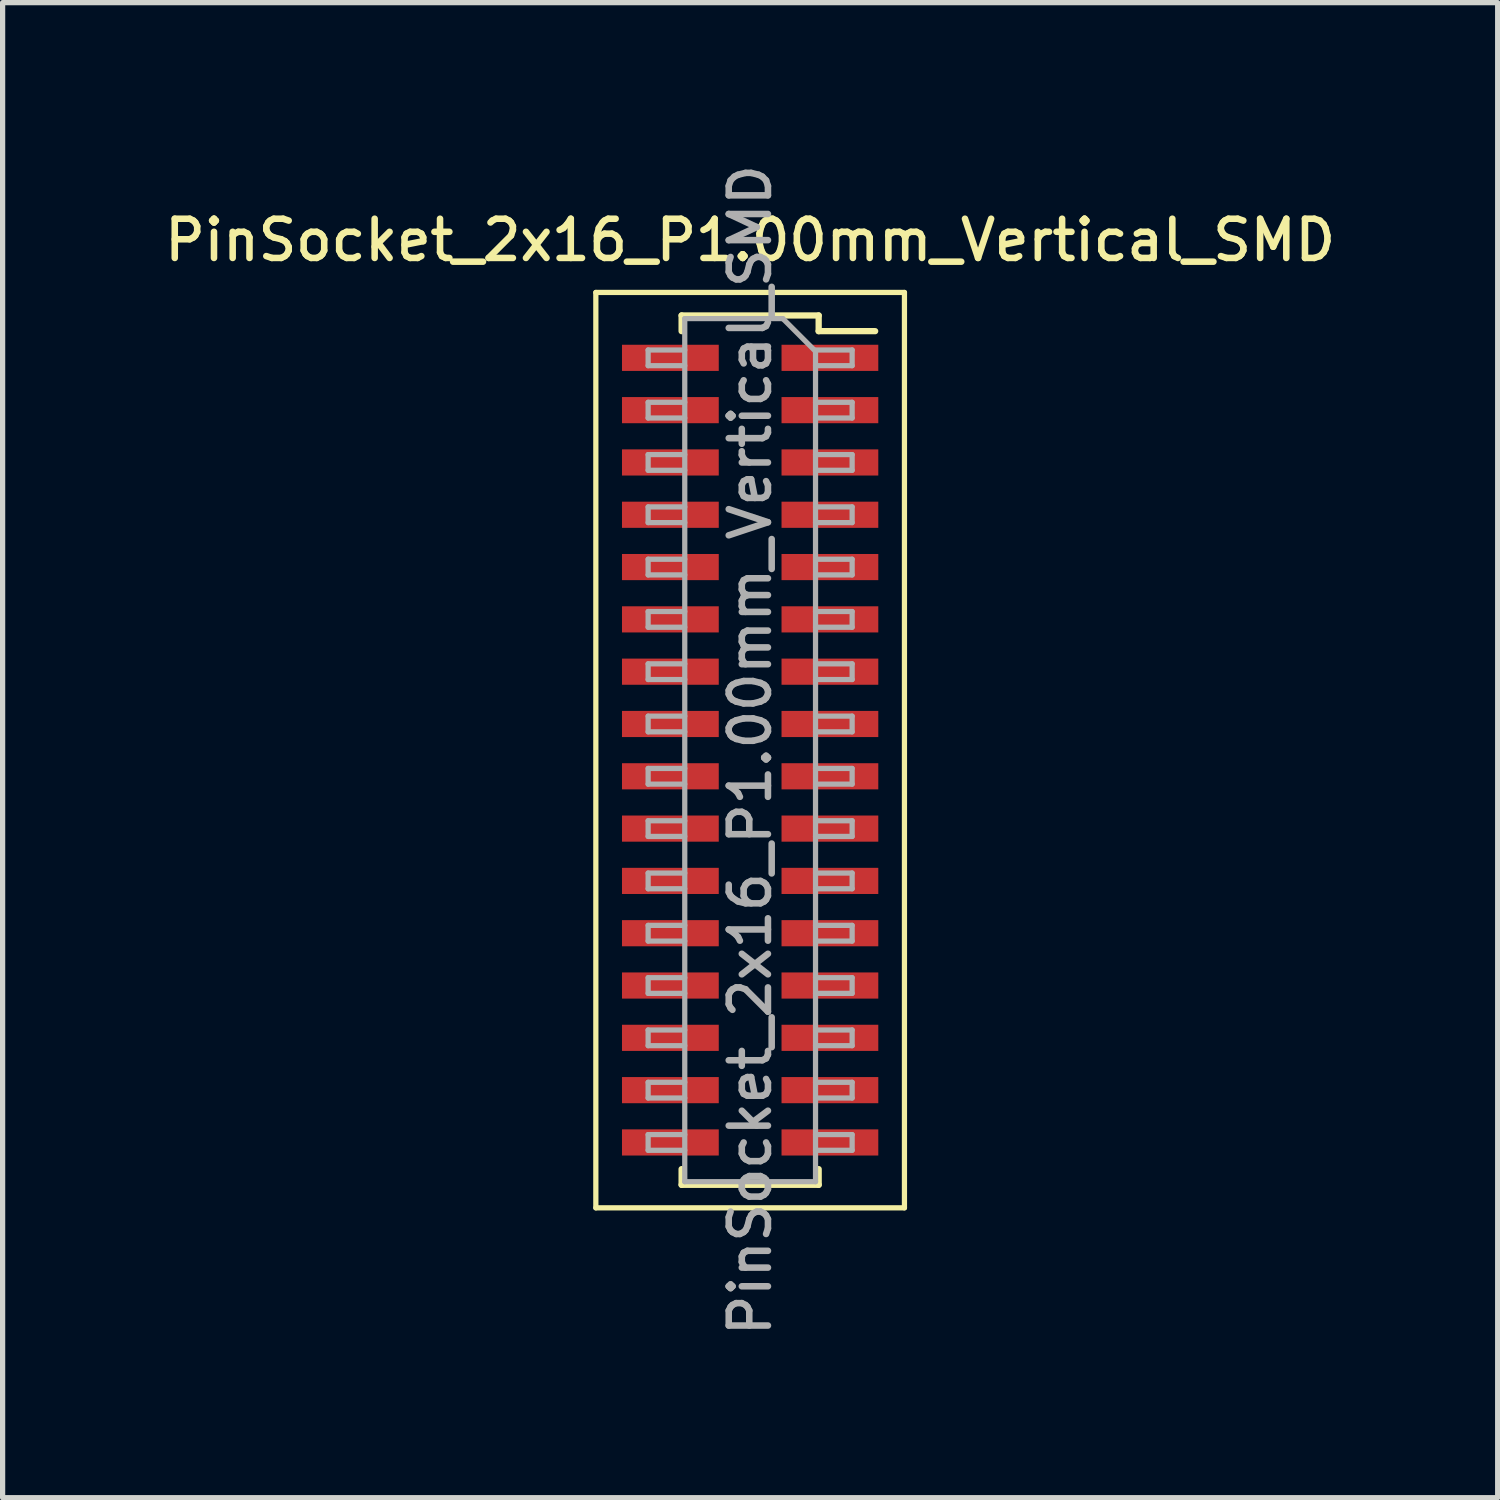
<source format=kicad_pcb>
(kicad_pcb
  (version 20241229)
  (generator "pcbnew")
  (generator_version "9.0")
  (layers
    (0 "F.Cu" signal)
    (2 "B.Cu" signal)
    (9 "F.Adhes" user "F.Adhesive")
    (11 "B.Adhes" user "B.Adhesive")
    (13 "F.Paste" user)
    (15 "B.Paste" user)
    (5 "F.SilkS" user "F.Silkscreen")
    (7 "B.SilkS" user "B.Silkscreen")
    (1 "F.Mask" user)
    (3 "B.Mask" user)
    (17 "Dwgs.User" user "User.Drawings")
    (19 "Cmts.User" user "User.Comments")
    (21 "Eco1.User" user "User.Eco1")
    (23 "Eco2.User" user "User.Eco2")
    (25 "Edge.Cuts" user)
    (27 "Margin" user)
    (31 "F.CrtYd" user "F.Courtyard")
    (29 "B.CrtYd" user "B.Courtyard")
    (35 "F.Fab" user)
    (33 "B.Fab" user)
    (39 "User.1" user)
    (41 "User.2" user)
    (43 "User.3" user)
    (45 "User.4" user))
  (footprint "PinSocket_2x16_P1.00mm_Vertical_SMD"
    (layer "F.Cu")
    (at 11.291 11.291)
    (property "Reference" "PinSocket_2x16_P1.00mm_Vertical_SMD" (at 0 -9.75 0) (layer "F.SilkS") (effects (font (size 0.75 0.75) (thickness 0.125))))
    (attr smd)
    (fp_line (start -2.95 -8.75) (end 2.95 -8.75) (stroke (width 0.1) (type solid)) (layer "F.SilkS"))
    (fp_line (start -2.95 8.75) (end -2.95 -8.75) (stroke (width 0.1) (type solid)) (layer "F.SilkS"))
    (fp_line (start -1.31 -8.31) (end -1.31 -8.01) (stroke (width 0.12) (type solid)) (layer "F.SilkS"))
    (fp_line (start -1.31 -8.31) (end 1.31 -8.31) (stroke (width 0.12) (type solid)) (layer "F.SilkS"))
    (fp_line (start -1.31 8.01) (end -1.31 8.31) (stroke (width 0.12) (type solid)) (layer "F.SilkS"))
    (fp_line (start -1.31 8.31) (end 1.31 8.31) (stroke (width 0.12) (type solid)) (layer "F.SilkS"))
    (fp_line (start 1.31 -8.31) (end 1.31 -8.01) (stroke (width 0.12) (type solid)) (layer "F.SilkS"))
    (fp_line (start 1.31 -8.01) (end 2.39 -8.01) (stroke (width 0.12) (type solid)) (layer "F.SilkS"))
    (fp_line (start 1.31 8.01) (end 1.31 8.31) (stroke (width 0.12) (type solid)) (layer "F.SilkS"))
    (fp_line (start 2.95 -8.75) (end 2.95 8.75) (stroke (width 0.1) (type solid)) (layer "F.SilkS"))
    (fp_line (start 2.95 8.75) (end -2.95 8.75) (stroke (width 0.1) (type solid)) (layer "F.SilkS"))
    (fp_line (start -1.95 -7.65) (end -1.25 -7.65) (stroke (width 0.1) (type solid)) (layer "F.Fab"))
    (fp_line (start -1.95 -7.35) (end -1.95 -7.65) (stroke (width 0.1) (type solid)) (layer "F.Fab"))
    (fp_line (start -1.95 -6.65) (end -1.25 -6.65) (stroke (width 0.1) (type solid)) (layer "F.Fab"))
    (fp_line (start -1.95 -6.35) (end -1.95 -6.65) (stroke (width 0.1) (type solid)) (layer "F.Fab"))
    (fp_line (start -1.95 -5.65) (end -1.25 -5.65) (stroke (width 0.1) (type solid)) (layer "F.Fab"))
    (fp_line (start -1.95 -5.35) (end -1.95 -5.65) (stroke (width 0.1) (type solid)) (layer "F.Fab"))
    (fp_line (start -1.95 -4.65) (end -1.25 -4.65) (stroke (width 0.1) (type solid)) (layer "F.Fab"))
    (fp_line (start -1.95 -4.35) (end -1.95 -4.65) (stroke (width 0.1) (type solid)) (layer "F.Fab"))
    (fp_line (start -1.95 -3.65) (end -1.25 -3.65) (stroke (width 0.1) (type solid)) (layer "F.Fab"))
    (fp_line (start -1.95 -3.35) (end -1.95 -3.65) (stroke (width 0.1) (type solid)) (layer "F.Fab"))
    (fp_line (start -1.95 -2.65) (end -1.25 -2.65) (stroke (width 0.1) (type solid)) (layer "F.Fab"))
    (fp_line (start -1.95 -2.35) (end -1.95 -2.65) (stroke (width 0.1) (type solid)) (layer "F.Fab"))
    (fp_line (start -1.95 -1.65) (end -1.25 -1.65) (stroke (width 0.1) (type solid)) (layer "F.Fab"))
    (fp_line (start -1.95 -1.35) (end -1.95 -1.65) (stroke (width 0.1) (type solid)) (layer "F.Fab"))
    (fp_line (start -1.95 -0.65) (end -1.25 -0.65) (stroke (width 0.1) (type solid)) (layer "F.Fab"))
    (fp_line (start -1.95 -0.35) (end -1.95 -0.65) (stroke (width 0.1) (type solid)) (layer "F.Fab"))
    (fp_line (start -1.95 0.35) (end -1.25 0.35) (stroke (width 0.1) (type solid)) (layer "F.Fab"))
    (fp_line (start -1.95 0.65) (end -1.95 0.35) (stroke (width 0.1) (type solid)) (layer "F.Fab"))
    (fp_line (start -1.95 1.35) (end -1.25 1.35) (stroke (width 0.1) (type solid)) (layer "F.Fab"))
    (fp_line (start -1.95 1.65) (end -1.95 1.35) (stroke (width 0.1) (type solid)) (layer "F.Fab"))
    (fp_line (start -1.95 2.35) (end -1.25 2.35) (stroke (width 0.1) (type solid)) (layer "F.Fab"))
    (fp_line (start -1.95 2.65) (end -1.95 2.35) (stroke (width 0.1) (type solid)) (layer "F.Fab"))
    (fp_line (start -1.95 3.35) (end -1.25 3.35) (stroke (width 0.1) (type solid)) (layer "F.Fab"))
    (fp_line (start -1.95 3.65) (end -1.95 3.35) (stroke (width 0.1) (type solid)) (layer "F.Fab"))
    (fp_line (start -1.95 4.35) (end -1.25 4.35) (stroke (width 0.1) (type solid)) (layer "F.Fab"))
    (fp_line (start -1.95 4.65) (end -1.95 4.35) (stroke (width 0.1) (type solid)) (layer "F.Fab"))
    (fp_line (start -1.95 5.35) (end -1.25 5.35) (stroke (width 0.1) (type solid)) (layer "F.Fab"))
    (fp_line (start -1.95 5.65) (end -1.95 5.35) (stroke (width 0.1) (type solid)) (layer "F.Fab"))
    (fp_line (start -1.95 6.35) (end -1.25 6.35) (stroke (width 0.1) (type solid)) (layer "F.Fab"))
    (fp_line (start -1.95 6.65) (end -1.95 6.35) (stroke (width 0.1) (type solid)) (layer "F.Fab"))
    (fp_line (start -1.95 7.35) (end -1.25 7.35) (stroke (width 0.1) (type solid)) (layer "F.Fab"))
    (fp_line (start -1.95 7.65) (end -1.95 7.35) (stroke (width 0.1) (type solid)) (layer "F.Fab"))
    (fp_line (start -1.25 -8.25) (end 0.625 -8.25) (stroke (width 0.1) (type solid)) (layer "F.Fab"))
    (fp_line (start -1.25 -7.35) (end -1.95 -7.35) (stroke (width 0.1) (type solid)) (layer "F.Fab"))
    (fp_line (start -1.25 -6.35) (end -1.95 -6.35) (stroke (width 0.1) (type solid)) (layer "F.Fab"))
    (fp_line (start -1.25 -5.35) (end -1.95 -5.35) (stroke (width 0.1) (type solid)) (layer "F.Fab"))
    (fp_line (start -1.25 -4.35) (end -1.95 -4.35) (stroke (width 0.1) (type solid)) (layer "F.Fab"))
    (fp_line (start -1.25 -3.35) (end -1.95 -3.35) (stroke (width 0.1) (type solid)) (layer "F.Fab"))
    (fp_line (start -1.25 -2.35) (end -1.95 -2.35) (stroke (width 0.1) (type solid)) (layer "F.Fab"))
    (fp_line (start -1.25 -1.35) (end -1.95 -1.35) (stroke (width 0.1) (type solid)) (layer "F.Fab"))
    (fp_line (start -1.25 -0.35) (end -1.95 -0.35) (stroke (width 0.1) (type solid)) (layer "F.Fab"))
    (fp_line (start -1.25 0.65) (end -1.95 0.65) (stroke (width 0.1) (type solid)) (layer "F.Fab"))
    (fp_line (start -1.25 1.65) (end -1.95 1.65) (stroke (width 0.1) (type solid)) (layer "F.Fab"))
    (fp_line (start -1.25 2.65) (end -1.95 2.65) (stroke (width 0.1) (type solid)) (layer "F.Fab"))
    (fp_line (start -1.25 3.65) (end -1.95 3.65) (stroke (width 0.1) (type solid)) (layer "F.Fab"))
    (fp_line (start -1.25 4.65) (end -1.95 4.65) (stroke (width 0.1) (type solid)) (layer "F.Fab"))
    (fp_line (start -1.25 5.65) (end -1.95 5.65) (stroke (width 0.1) (type solid)) (layer "F.Fab"))
    (fp_line (start -1.25 6.65) (end -1.95 6.65) (stroke (width 0.1) (type solid)) (layer "F.Fab"))
    (fp_line (start -1.25 7.65) (end -1.95 7.65) (stroke (width 0.1) (type solid)) (layer "F.Fab"))
    (fp_line (start -1.25 8.25) (end -1.25 -8.25) (stroke (width 0.1) (type solid)) (layer "F.Fab"))
    (fp_line (start 0.625 -8.25) (end 1.25 -7.625) (stroke (width 0.1) (type solid)) (layer "F.Fab"))
    (fp_line (start 1.25 -7.65) (end 1.95 -7.65) (stroke (width 0.1) (type solid)) (layer "F.Fab"))
    (fp_line (start 1.25 -7.625) (end 1.25 8.25) (stroke (width 0.1) (type solid)) (layer "F.Fab"))
    (fp_line (start 1.25 -6.65) (end 1.95 -6.65) (stroke (width 0.1) (type solid)) (layer "F.Fab"))
    (fp_line (start 1.25 -5.65) (end 1.95 -5.65) (stroke (width 0.1) (type solid)) (layer "F.Fab"))
    (fp_line (start 1.25 -4.65) (end 1.95 -4.65) (stroke (width 0.1) (type solid)) (layer "F.Fab"))
    (fp_line (start 1.25 -3.65) (end 1.95 -3.65) (stroke (width 0.1) (type solid)) (layer "F.Fab"))
    (fp_line (start 1.25 -2.65) (end 1.95 -2.65) (stroke (width 0.1) (type solid)) (layer "F.Fab"))
    (fp_line (start 1.25 -1.65) (end 1.95 -1.65) (stroke (width 0.1) (type solid)) (layer "F.Fab"))
    (fp_line (start 1.25 -0.65) (end 1.95 -0.65) (stroke (width 0.1) (type solid)) (layer "F.Fab"))
    (fp_line (start 1.25 0.35) (end 1.95 0.35) (stroke (width 0.1) (type solid)) (layer "F.Fab"))
    (fp_line (start 1.25 1.35) (end 1.95 1.35) (stroke (width 0.1) (type solid)) (layer "F.Fab"))
    (fp_line (start 1.25 2.35) (end 1.95 2.35) (stroke (width 0.1) (type solid)) (layer "F.Fab"))
    (fp_line (start 1.25 3.35) (end 1.95 3.35) (stroke (width 0.1) (type solid)) (layer "F.Fab"))
    (fp_line (start 1.25 4.35) (end 1.95 4.35) (stroke (width 0.1) (type solid)) (layer "F.Fab"))
    (fp_line (start 1.25 5.35) (end 1.95 5.35) (stroke (width 0.1) (type solid)) (layer "F.Fab"))
    (fp_line (start 1.25 6.35) (end 1.95 6.35) (stroke (width 0.1) (type solid)) (layer "F.Fab"))
    (fp_line (start 1.25 7.35) (end 1.95 7.35) (stroke (width 0.1) (type solid)) (layer "F.Fab"))
    (fp_line (start 1.25 8.25) (end -1.25 8.25) (stroke (width 0.1) (type solid)) (layer "F.Fab"))
    (fp_line (start 1.95 -7.65) (end 1.95 -7.35) (stroke (width 0.1) (type solid)) (layer "F.Fab"))
    (fp_line (start 1.95 -7.35) (end 1.25 -7.35) (stroke (width 0.1) (type solid)) (layer "F.Fab"))
    (fp_line (start 1.95 -6.65) (end 1.95 -6.35) (stroke (width 0.1) (type solid)) (layer "F.Fab"))
    (fp_line (start 1.95 -6.35) (end 1.25 -6.35) (stroke (width 0.1) (type solid)) (layer "F.Fab"))
    (fp_line (start 1.95 -5.65) (end 1.95 -5.35) (stroke (width 0.1) (type solid)) (layer "F.Fab"))
    (fp_line (start 1.95 -5.35) (end 1.25 -5.35) (stroke (width 0.1) (type solid)) (layer "F.Fab"))
    (fp_line (start 1.95 -4.65) (end 1.95 -4.35) (stroke (width 0.1) (type solid)) (layer "F.Fab"))
    (fp_line (start 1.95 -4.35) (end 1.25 -4.35) (stroke (width 0.1) (type solid)) (layer "F.Fab"))
    (fp_line (start 1.95 -3.65) (end 1.95 -3.35) (stroke (width 0.1) (type solid)) (layer "F.Fab"))
    (fp_line (start 1.95 -3.35) (end 1.25 -3.35) (stroke (width 0.1) (type solid)) (layer "F.Fab"))
    (fp_line (start 1.95 -2.65) (end 1.95 -2.35) (stroke (width 0.1) (type solid)) (layer "F.Fab"))
    (fp_line (start 1.95 -2.35) (end 1.25 -2.35) (stroke (width 0.1) (type solid)) (layer "F.Fab"))
    (fp_line (start 1.95 -1.65) (end 1.95 -1.35) (stroke (width 0.1) (type solid)) (layer "F.Fab"))
    (fp_line (start 1.95 -1.35) (end 1.25 -1.35) (stroke (width 0.1) (type solid)) (layer "F.Fab"))
    (fp_line (start 1.95 -0.65) (end 1.95 -0.35) (stroke (width 0.1) (type solid)) (layer "F.Fab"))
    (fp_line (start 1.95 -0.35) (end 1.25 -0.35) (stroke (width 0.1) (type solid)) (layer "F.Fab"))
    (fp_line (start 1.95 0.35) (end 1.95 0.65) (stroke (width 0.1) (type solid)) (layer "F.Fab"))
    (fp_line (start 1.95 0.65) (end 1.25 0.65) (stroke (width 0.1) (type solid)) (layer "F.Fab"))
    (fp_line (start 1.95 1.35) (end 1.95 1.65) (stroke (width 0.1) (type solid)) (layer "F.Fab"))
    (fp_line (start 1.95 1.65) (end 1.25 1.65) (stroke (width 0.1) (type solid)) (layer "F.Fab"))
    (fp_line (start 1.95 2.35) (end 1.95 2.65) (stroke (width 0.1) (type solid)) (layer "F.Fab"))
    (fp_line (start 1.95 2.65) (end 1.25 2.65) (stroke (width 0.1) (type solid)) (layer "F.Fab"))
    (fp_line (start 1.95 3.35) (end 1.95 3.65) (stroke (width 0.1) (type solid)) (layer "F.Fab"))
    (fp_line (start 1.95 3.65) (end 1.25 3.65) (stroke (width 0.1) (type solid)) (layer "F.Fab"))
    (fp_line (start 1.95 4.35) (end 1.95 4.65) (stroke (width 0.1) (type solid)) (layer "F.Fab"))
    (fp_line (start 1.95 4.65) (end 1.25 4.65) (stroke (width 0.1) (type solid)) (layer "F.Fab"))
    (fp_line (start 1.95 5.35) (end 1.95 5.65) (stroke (width 0.1) (type solid)) (layer "F.Fab"))
    (fp_line (start 1.95 5.65) (end 1.25 5.65) (stroke (width 0.1) (type solid)) (layer "F.Fab"))
    (fp_line (start 1.95 6.35) (end 1.95 6.65) (stroke (width 0.1) (type solid)) (layer "F.Fab"))
    (fp_line (start 1.95 6.65) (end 1.25 6.65) (stroke (width 0.1) (type solid)) (layer "F.Fab"))
    (fp_line (start 1.95 7.35) (end 1.95 7.65) (stroke (width 0.1) (type solid)) (layer "F.Fab"))
    (fp_line (start 1.95 7.65) (end 1.25 7.65) (stroke (width 0.1) (type solid)) (layer "F.Fab"))
    (fp_text user "${REFERENCE}" (at 0 0 90) (layer "F.Fab") (effects (font (size 0.75 0.75) (thickness 0.125))))
    (pad "1" smd rect (at 1.525 -7.5) (size 1.85 0.5) (layers "F.Cu" "F.Mask" "F.Paste"))
    (pad "2" smd rect (at -1.525 -7.5) (size 1.85 0.5) (layers "F.Cu" "F.Mask" "F.Paste"))
    (pad "3" smd rect (at 1.525 -6.5) (size 1.85 0.5) (layers "F.Cu" "F.Mask" "F.Paste"))
    (pad "4" smd rect (at -1.525 -6.5) (size 1.85 0.5) (layers "F.Cu" "F.Mask" "F.Paste"))
    (pad "5" smd rect (at 1.525 -5.5) (size 1.85 0.5) (layers "F.Cu" "F.Mask" "F.Paste"))
    (pad "6" smd rect (at -1.525 -5.5) (size 1.85 0.5) (layers "F.Cu" "F.Mask" "F.Paste"))
    (pad "7" smd rect (at 1.525 -4.5) (size 1.85 0.5) (layers "F.Cu" "F.Mask" "F.Paste"))
    (pad "8" smd rect (at -1.525 -4.5) (size 1.85 0.5) (layers "F.Cu" "F.Mask" "F.Paste"))
    (pad "9" smd rect (at 1.525 -3.5) (size 1.85 0.5) (layers "F.Cu" "F.Mask" "F.Paste"))
    (pad "10" smd rect (at -1.525 -3.5) (size 1.85 0.5) (layers "F.Cu" "F.Mask" "F.Paste"))
    (pad "11" smd rect (at 1.525 -2.5) (size 1.85 0.5) (layers "F.Cu" "F.Mask" "F.Paste"))
    (pad "12" smd rect (at -1.525 -2.5) (size 1.85 0.5) (layers "F.Cu" "F.Mask" "F.Paste"))
    (pad "13" smd rect (at 1.525 -1.5) (size 1.85 0.5) (layers "F.Cu" "F.Mask" "F.Paste"))
    (pad "14" smd rect (at -1.525 -1.5) (size 1.85 0.5) (layers "F.Cu" "F.Mask" "F.Paste"))
    (pad "15" smd rect (at 1.525 -0.5) (size 1.85 0.5) (layers "F.Cu" "F.Mask" "F.Paste"))
    (pad "16" smd rect (at -1.525 -0.5) (size 1.85 0.5) (layers "F.Cu" "F.Mask" "F.Paste"))
    (pad "17" smd rect (at 1.525 0.5) (size 1.85 0.5) (layers "F.Cu" "F.Mask" "F.Paste"))
    (pad "18" smd rect (at -1.525 0.5) (size 1.85 0.5) (layers "F.Cu" "F.Mask" "F.Paste"))
    (pad "19" smd rect (at 1.525 1.5) (size 1.85 0.5) (layers "F.Cu" "F.Mask" "F.Paste"))
    (pad "20" smd rect (at -1.525 1.5) (size 1.85 0.5) (layers "F.Cu" "F.Mask" "F.Paste"))
    (pad "21" smd rect (at 1.525 2.5) (size 1.85 0.5) (layers "F.Cu" "F.Mask" "F.Paste"))
    (pad "22" smd rect (at -1.525 2.5) (size 1.85 0.5) (layers "F.Cu" "F.Mask" "F.Paste"))
    (pad "23" smd rect (at 1.525 3.5) (size 1.85 0.5) (layers "F.Cu" "F.Mask" "F.Paste"))
    (pad "24" smd rect (at -1.525 3.5) (size 1.85 0.5) (layers "F.Cu" "F.Mask" "F.Paste"))
    (pad "25" smd rect (at 1.525 4.5) (size 1.85 0.5) (layers "F.Cu" "F.Mask" "F.Paste"))
    (pad "26" smd rect (at -1.525 4.5) (size 1.85 0.5) (layers "F.Cu" "F.Mask" "F.Paste"))
    (pad "27" smd rect (at 1.525 5.5) (size 1.85 0.5) (layers "F.Cu" "F.Mask" "F.Paste"))
    (pad "28" smd rect (at -1.525 5.5) (size 1.85 0.5) (layers "F.Cu" "F.Mask" "F.Paste"))
    (pad "29" smd rect (at 1.525 6.5) (size 1.85 0.5) (layers "F.Cu" "F.Mask" "F.Paste"))
    (pad "30" smd rect (at -1.525 6.5) (size 1.85 0.5) (layers "F.Cu" "F.Mask" "F.Paste"))
    (pad "31" smd rect (at 1.525 7.5) (size 1.85 0.5) (layers "F.Cu" "F.Mask" "F.Paste"))
    (pad "32" smd rect (at -1.525 7.5) (size 1.85 0.5) (layers "F.Cu" "F.Mask" "F.Paste")))
  (gr_rect
    (start -3 -3)
    (end 25.582 25.582)
    (stroke (width 0.1) (type default))
    (fill no)
    (layer "Edge.Cuts")))
</source>
